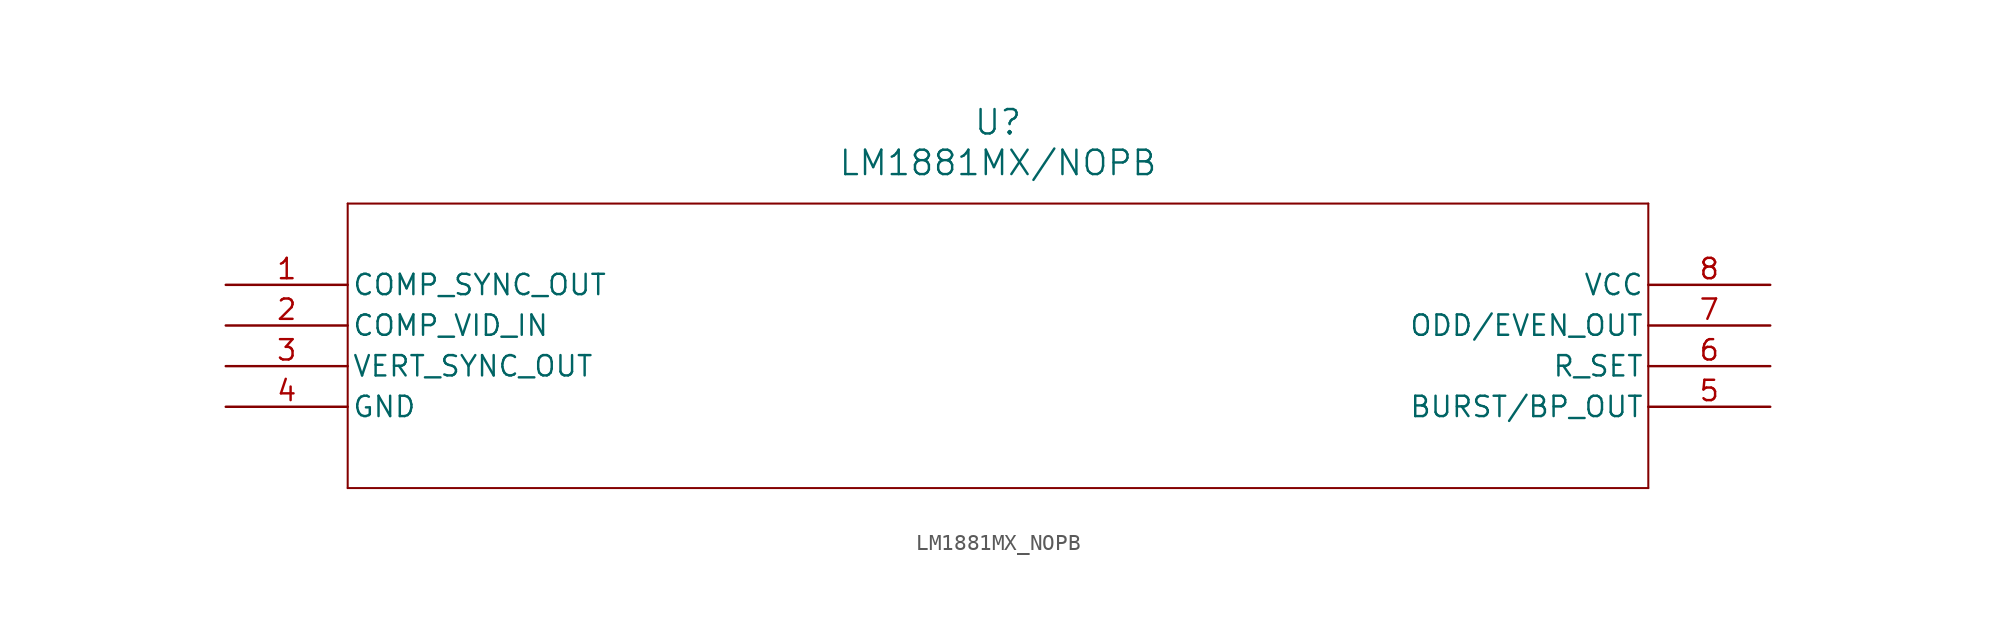
<source format=kicad_sym>
(kicad_symbol_lib
  (version 20211014)
  (generator kicad_symbol_editor)
  (symbol "LM1881MX_NOPB"
    (pin_names
      (offset 0.254))
    (property "Reference" "U"
      (at 48.26 10.16 0)
      (effects (font (size 1.524 1.524))))
    (property "Value" "LM1881MX/NOPB"
      (at 48.26 7.62 0)
      (effects (font (size 1.524 1.524))))
    (symbol "LM1881MX_NOPB_0_1"
      (polyline (pts (xy 7.62 5.08) (xy 7.62 -12.7)) (stroke (width 0.127) (type default) (color 0 0 0 0)) (fill (type none)))
      (polyline (pts (xy 7.62 -12.7) (xy 88.9 -12.7)) (stroke (width 0.127) (type default) (color 0 0 0 0)) (fill (type none)))
      (polyline (pts (xy 88.9 -12.7) (xy 88.9 5.08)) (stroke (width 0.127) (type default) (color 0 0 0 0)) (fill (type none)))
      (polyline (pts (xy 88.9 5.08) (xy 7.62 5.08)) (stroke (width 0.127) (type default) (color 0 0 0 0)) (fill (type none)))
      (pin output line (at 0 0 0) (length 7.62) (name "COMP_SYNC_OUT" (effects (font (size 1.27 1.27)))) (number "1" (effects (font (size 1.27 1.27)))))
      (pin input line (at 0 -2.54 0) (length 7.62) (name "COMP_VID_IN" (effects (font (size 1.27 1.27)))) (number "2" (effects (font (size 1.27 1.27)))))
      (pin output line (at 0 -5.08 0) (length 7.62) (name "VERT_SYNC_OUT" (effects (font (size 1.27 1.27)))) (number "3" (effects (font (size 1.27 1.27)))))
      (pin power_in line (at 0 -7.62 0) (length 7.62) (name "GND" (effects (font (size 1.27 1.27)))) (number "4" (effects (font (size 1.27 1.27)))))
      (pin output line (at 96.52 -7.62 180) (length 7.62) (name "BURST/BP_OUT" (effects (font (size 1.27 1.27)))) (number "5" (effects (font (size 1.27 1.27)))))
      (pin passive line (at 96.52 -5.08 180) (length 7.62) (name "R_SET" (effects (font (size 1.27 1.27)))) (number "6" (effects (font (size 1.27 1.27)))))
      (pin output line (at 96.52 -2.54 180) (length 7.62) (name "ODD/EVEN_OUT" (effects (font (size 1.27 1.27)))) (number "7" (effects (font (size 1.27 1.27)))))
      (pin power_in line (at 96.52 0 180) (length 7.62) (name "VCC" (effects (font (size 1.27 1.27)))) (number "8" (effects (font (size 1.27 1.27))))))))
</source>
